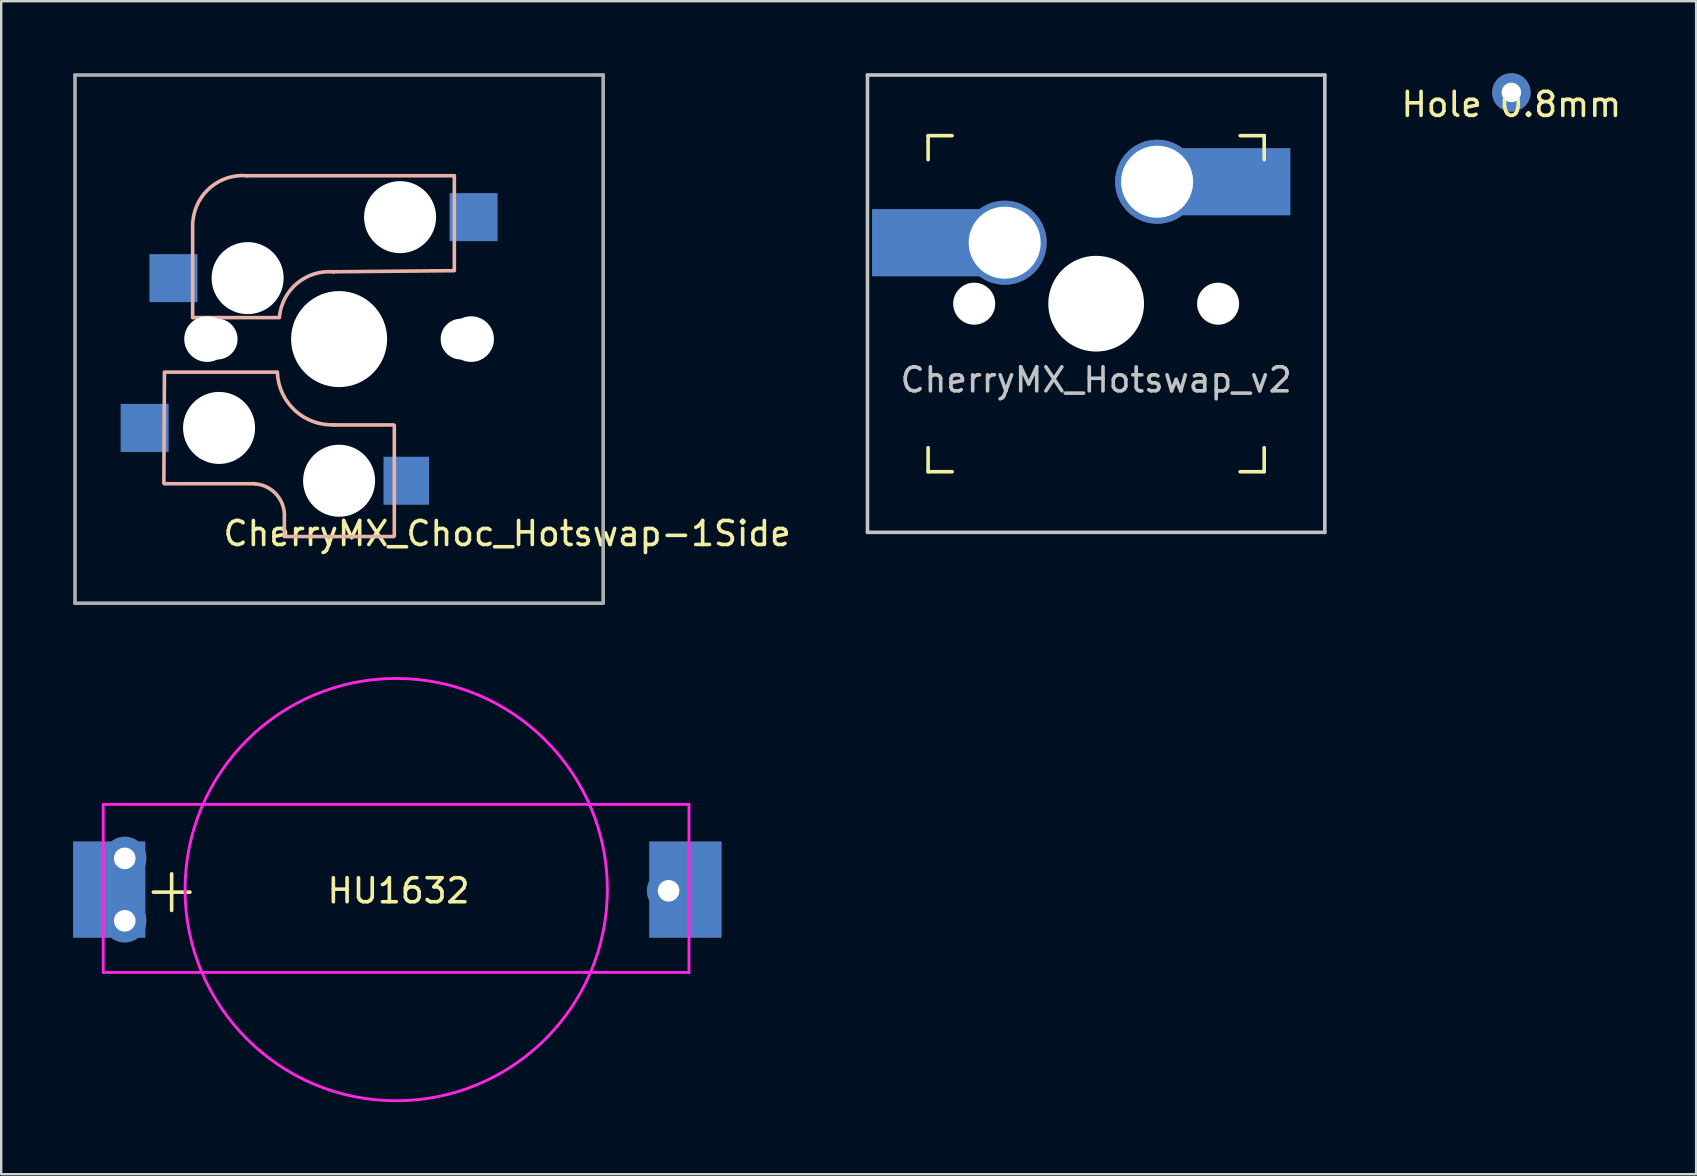
<source format=kicad_pcb>
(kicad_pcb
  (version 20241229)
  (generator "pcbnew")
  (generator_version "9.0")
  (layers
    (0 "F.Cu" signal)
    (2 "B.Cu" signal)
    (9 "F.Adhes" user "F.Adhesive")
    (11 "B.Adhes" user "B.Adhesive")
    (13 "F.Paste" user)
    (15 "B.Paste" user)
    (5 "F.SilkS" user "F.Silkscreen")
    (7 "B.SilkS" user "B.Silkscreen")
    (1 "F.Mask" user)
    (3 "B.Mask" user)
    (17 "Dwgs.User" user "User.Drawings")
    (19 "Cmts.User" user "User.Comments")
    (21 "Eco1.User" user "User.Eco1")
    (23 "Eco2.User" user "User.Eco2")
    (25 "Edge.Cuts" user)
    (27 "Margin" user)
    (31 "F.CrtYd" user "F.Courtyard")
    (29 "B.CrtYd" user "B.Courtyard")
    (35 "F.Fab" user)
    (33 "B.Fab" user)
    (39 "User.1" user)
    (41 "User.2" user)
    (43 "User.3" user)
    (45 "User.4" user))
  (footprint "CherryMX_Hotswap_v2"
    (layer "F.Cu")
    (at 42.61 9.6)
    (property "Reference" "CherryMX_Hotswap_v2" (at 0 3.175 0) (layer "Dwgs.User") (effects (font (size 1 1) (thickness 0.15))))
    (attr through_hole)
    (fp_line (start -7 -7) (end -7 -6) (stroke (width 0.15) (type solid)) (layer "F.SilkS"))
    (fp_line (start -7 6) (end -7 7) (stroke (width 0.15) (type solid)) (layer "F.SilkS"))
    (fp_line (start -7 7) (end -6 7) (stroke (width 0.15) (type solid)) (layer "F.SilkS"))
    (fp_line (start -6 -7) (end -7 -7) (stroke (width 0.15) (type solid)) (layer "F.SilkS"))
    (fp_line (start 6 -7) (end 7 -7) (stroke (width 0.15) (type solid)) (layer "F.SilkS"))
    (fp_line (start 6 7) (end 7 7) (stroke (width 0.15) (type solid)) (layer "F.SilkS"))
    (fp_line (start 7 -7) (end 7 -6) (stroke (width 0.15) (type solid)) (layer "F.SilkS"))
    (fp_line (start 7 7) (end 7 6) (stroke (width 0.15) (type solid)) (layer "F.SilkS"))
    (fp_line (start -9.525 -9.525) (end 9.525 -9.525) (stroke (width 0.15) (type solid)) (layer "Dwgs.User"))
    (fp_line (start -9.525 9.525) (end -9.525 -9.525) (stroke (width 0.15) (type solid)) (layer "Dwgs.User"))
    (fp_line (start 9.525 -9.525) (end 9.525 9.525) (stroke (width 0.15) (type solid)) (layer "Dwgs.User"))
    (fp_line (start 9.525 9.525) (end -9.525 9.525) (stroke (width 0.15) (type solid)) (layer "Dwgs.User"))
    (pad "" smd rect (at -7.085 -2.54) (size 2.55 2.8) (layers "B.Mask" "B.Paste"))
    (pad "" np_thru_hole circle (at -5.08 0 48.1) (size 1.75 1.75) (drill 1.75) (layers "*.Cu" "*.Mask"))
    (pad "" thru_hole circle (at -3.81 -2.54) (size 3.5 3.5) (drill 3) (layers "*.Cu" "*.Mask"))
    (pad "" np_thru_hole circle (at 0 0) (size 3.988 3.988) (drill 3.988) (layers "*.Cu" "*.Mask"))
    (pad "" thru_hole circle (at 2.54 -5.08) (size 3.5 3.5) (drill 3) (layers "*.Cu" "*.Mask"))
    (pad "" np_thru_hole circle (at 5.08 0 48.1) (size 1.75 1.75) (drill 1.75) (layers "*.Cu" "*.Mask"))
    (pad "" smd rect (at 5.815 -5.08) (size 2.55 2.8) (layers "B.Mask" "B.Paste"))
    (pad "1" smd rect (at -7.085 -2.54) (size 4.5 2.8) (layers "B.Cu"))
    (pad "2" smd rect (at 5.842 -5.08) (size 4.5 2.8) (layers "B.Cu")))
  (footprint "CherryMX_Choc_Hotswap-1Side"
    (layer "F.Cu")
    (at 11.075 11.075)
    (property "Reference" "CherryMX_Choc_Hotswap-1Side" (at 7 8.1 0) (layer "F.SilkS") (effects (font (size 1 1) (thickness 0.15))))
    (attr through_hole)
    (fp_line (start -7.275 1.4) (end -7.3 6) (stroke (width 0.15) (type solid)) (layer "B.SilkS"))
    (fp_line (start -6.1 -4.85) (end -6.1 -0.905) (stroke (width 0.15) (type solid)) (layer "B.SilkS"))
    (fp_line (start -6.1 -0.896) (end -2.49 -0.896) (stroke (width 0.15) (type solid)) (layer "B.SilkS"))
    (fp_line (start -3.5 6.025) (end -7.275 6.025) (stroke (width 0.15) (type solid)) (layer "B.SilkS"))
    (fp_line (start -2.575 1.375) (end -7.275 1.375) (stroke (width 0.15) (type solid)) (layer "B.SilkS"))
    (fp_line (start -2.28 7.5) (end -2.28 8.2) (stroke (width 0.15) (type solid)) (layer "B.SilkS"))
    (fp_line (start 2.275 3.575) (end -0.275 3.575) (stroke (width 0.15) (type solid)) (layer "B.SilkS"))
    (fp_line (start 2.275 8.225) (end -2.275 8.225) (stroke (width 0.15) (type solid)) (layer "B.SilkS"))
    (fp_line (start 2.3 3.6) (end 2.3 8.2) (stroke (width 0.15) (type solid)) (layer "B.SilkS"))
    (fp_line (start 4.8 -6.804) (end -3.825 -6.804) (stroke (width 0.15) (type solid)) (layer "B.SilkS"))
    (fp_line (start 4.8 -2.896) (end 4.8 -6.804) (stroke (width 0.15) (type solid)) (layer "B.SilkS"))
    (fp_line (start 4.8 -2.85) (end -0.25 -2.804) (stroke (width 0.15) (type solid)) (layer "B.SilkS"))
    (fp_arc (start -6.089 -4.92) (mid -5.347189 -6.33089) (end -3.825 -6.804) (stroke (width 0.15) (type solid)) (layer "B.SilkS"))
    (fp_arc (start -3.5 6.03) (mid -2.595908 6.48733) (end -2.28 7.45) (stroke (width 0.15) (type solid)) (layer "B.SilkS"))
    (fp_arc (start -2.485 -0.92) (mid -1.744361 -2.328061) (end -0.225 -2.8) (stroke (width 0.15) (type solid)) (layer "B.SilkS"))
    (fp_arc (start -0.2 3.57) (mid -1.834422 2.975843) (end -2.57 1.4) (stroke (width 0.15) (type solid)) (layer "B.SilkS"))
    (fp_line (start -9 -9) (end 9 -9) (stroke (width 0.15) (type solid)) (layer "Eco2.User"))
    (fp_line (start -9 9) (end -9 -9) (stroke (width 0.15) (type solid)) (layer "Eco2.User"))
    (fp_line (start -7 -7) (end 7 -7) (stroke (width 0.15) (type solid)) (layer "Eco2.User"))
    (fp_line (start -7 7) (end -7 -7) (stroke (width 0.15) (type solid)) (layer "Eco2.User"))
    (fp_line (start 7 -7) (end 7 7) (stroke (width 0.15) (type solid)) (layer "Eco2.User"))
    (fp_line (start 7 7) (end -7 7) (stroke (width 0.15) (type solid)) (layer "Eco2.User"))
    (fp_line (start 9 -9) (end 9 9) (stroke (width 0.15) (type solid)) (layer "Eco2.User"))
    (fp_line (start 9 9) (end -9 9) (stroke (width 0.15) (type solid)) (layer "Eco2.User"))
    (fp_line (start -11 -11) (end -11 11) (stroke (width 0.15) (type solid)) (layer "F.Fab"))
    (fp_line (start -11 11) (end 11 11) (stroke (width 0.15) (type solid)) (layer "F.Fab"))
    (fp_line (start 11 -11) (end -11 -11) (stroke (width 0.15) (type solid)) (layer "F.Fab"))
    (fp_line (start 11 11) (end 11 -11) (stroke (width 0.15) (type solid)) (layer "F.Fab"))
    (pad "" np_thru_hole circle (at -5.5 0 90) (size 1.9 1.9) (drill 1.9) (layers "*.Cu" "*.Mask"))
    (pad "" np_thru_hole circle (at -5.08 0) (size 1.7 1.7) (drill 1.7) (layers "*.Cu" "*.Mask"))
    (pad "" np_thru_hole circle (at -5 3.7 90) (size 3 3) (drill 3) (layers "*.Cu" "*.Mask"))
    (pad "" np_thru_hole circle (at -3.81 -2.54 180) (size 3 3) (drill 3) (layers "*.Cu" "*.Mask"))
    (pad "" np_thru_hole circle (at 0 0 90) (size 4 4) (drill 4) (layers "*.Cu" "*.Mask"))
    (pad "" np_thru_hole circle (at 0 5.9 90) (size 3 3) (drill 3) (layers "*.Cu" "*.Mask"))
    (pad "" np_thru_hole circle (at 2.54 -5.08 180) (size 3 3) (drill 3) (layers "*.Cu" "*.Mask"))
    (pad "" np_thru_hole circle (at 5.08 0) (size 1.7 1.7) (drill 1.7) (layers "*.Cu" "*.Mask"))
    (pad "" np_thru_hole circle (at 5.5 0 90) (size 1.9 1.9) (drill 1.9) (layers "*.Cu" "*.Mask"))
    (pad "1" smd rect (at -8.1 3.7 180) (size 2 2) (layers "B.Cu" "B.Mask" "B.Paste"))
    (pad "1" smd rect (at -6.9 -2.54 180) (size 2 2) (layers "B.Cu" "B.Mask" "B.Paste"))
    (pad "2" smd rect (at 2.8 5.9 180) (size 1.9 2) (layers "B.Cu" "B.Mask" "B.Paste"))
    (pad "2" smd rect (at 5.6 -5.08 180) (size 2 2) (layers "B.Cu" "B.Mask" "B.Paste")))
  (footprint "Hole 0.8mm"
    (layer "F.Cu")
    (at 59.906 0.8)
    (property "Reference" "Hole 0.8mm" (at 0 0.5 0) (layer "F.SilkS") (effects (font (size 1 1) (thickness 0.15))))
    (attr through_hole)
    (pad "1" thru_hole circle (at 0 0) (size 1.6 1.6) (drill 0.813) (layers "*.Cu" "*.Mask")))
  (footprint "HU1632"
    (layer "F.Cu")
    (at 13.5 34.006)
    (property "Reference" "HU1632" (at 0.05 0.05 0) (layer "F.SilkS") (effects (font (size 1 1) (thickness 0.15))))
    (attr through_hole)
    (fp_line (start -12.25 -3.55) (end -12.25 3.45) (stroke (width 0.12) (type solid)) (layer "F.CrtYd"))
    (fp_line (start -12.25 3.45) (end -8.2 3.45) (stroke (width 0.12) (type solid)) (layer "F.CrtYd"))
    (fp_line (start -8.2 3.45) (end 12.15 3.45) (stroke (width 0.12) (type solid)) (layer "F.CrtYd"))
    (fp_line (start 8 -3.55) (end -12.25 -3.55) (stroke (width 0.12) (type solid)) (layer "F.CrtYd"))
    (fp_line (start 12.15 -3.55) (end 8 -3.55) (stroke (width 0.12) (type solid)) (layer "F.CrtYd"))
    (fp_line (start 12.15 3.45) (end 12.15 -3.55) (stroke (width 0.12) (type solid)) (layer "F.CrtYd"))
    (fp_circle (center -0.046 0) (end 8.75 0) (stroke (width 0.12) (type solid)) (fill no) (layer "F.CrtYd"))
    (fp_text user "+" (at -9.4 -0.05 0) (layer "F.SilkS") (effects (font (size 2 2) (thickness 0.15))))
    (pad "1" smd rect (at -12 0) (size 3 4) (layers "F.Cu" "F.Mask" "F.Paste"))
    (pad "1" smd rect (at -12 0) (size 3 4) (layers "B.Cu" "B.Mask" "B.Paste"))
    (pad "1" thru_hole circle (at -11.354 -1.3) (size 1.8 1.8) (drill 0.9) (layers "*.Cu" "*.Mask"))
    (pad "1" thru_hole circle (at -11.354 1.3) (size 1.8 1.8) (drill 0.9) (layers "*.Cu" "*.Mask"))
    (pad "2" thru_hole circle (at 11.3 0.05) (size 1.8 1.8) (drill 0.9) (layers "*.Cu" "*.Mask"))
    (pad "2" smd rect (at 12 0) (size 3 4) (layers "F.Cu" "F.Mask" "F.Paste"))
    (pad "2" smd rect (at 12 0) (size 3 4) (layers "B.Cu" "B.Mask" "B.Paste")))
  (gr_rect
    (start -3 -3)
    (end 67.602 45.862)
    (stroke (width 0.1) (type default))
    (fill no)
    (layer "Edge.Cuts")))
</source>
